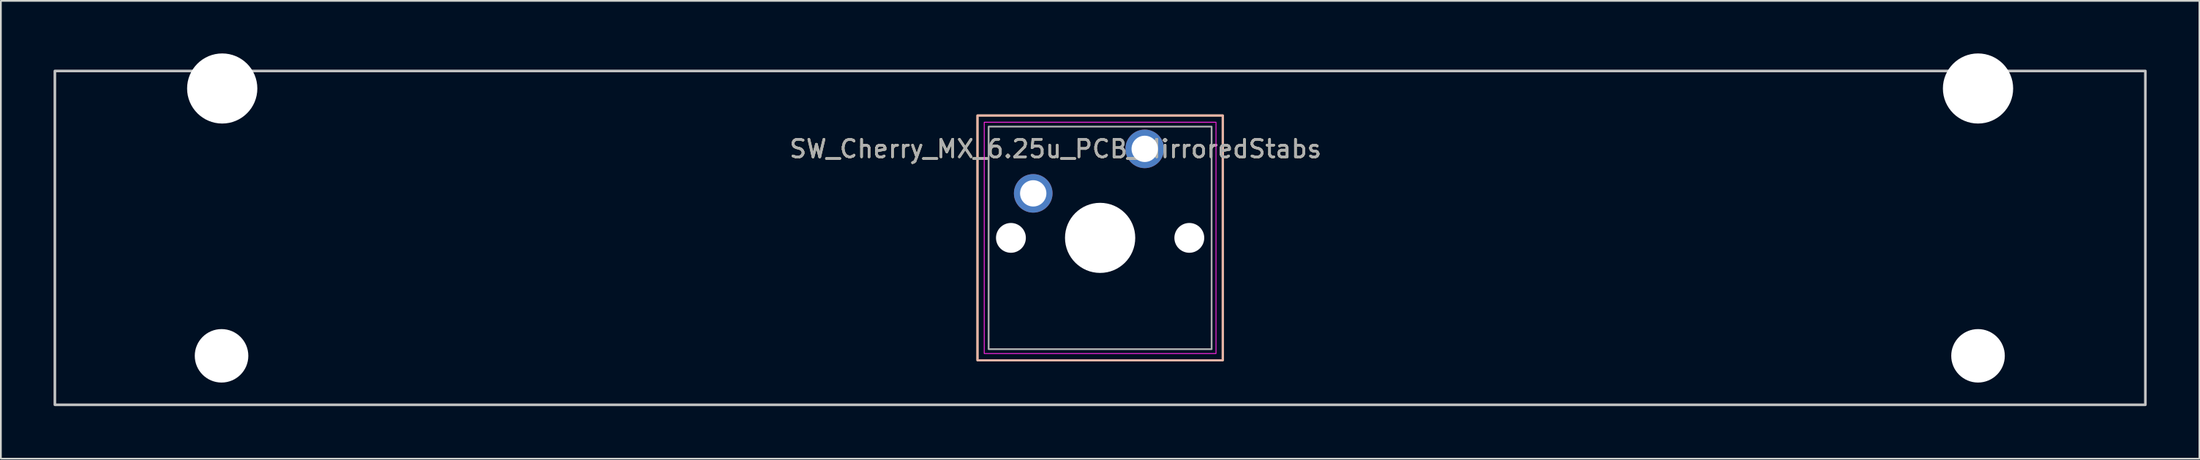
<source format=kicad_pcb>
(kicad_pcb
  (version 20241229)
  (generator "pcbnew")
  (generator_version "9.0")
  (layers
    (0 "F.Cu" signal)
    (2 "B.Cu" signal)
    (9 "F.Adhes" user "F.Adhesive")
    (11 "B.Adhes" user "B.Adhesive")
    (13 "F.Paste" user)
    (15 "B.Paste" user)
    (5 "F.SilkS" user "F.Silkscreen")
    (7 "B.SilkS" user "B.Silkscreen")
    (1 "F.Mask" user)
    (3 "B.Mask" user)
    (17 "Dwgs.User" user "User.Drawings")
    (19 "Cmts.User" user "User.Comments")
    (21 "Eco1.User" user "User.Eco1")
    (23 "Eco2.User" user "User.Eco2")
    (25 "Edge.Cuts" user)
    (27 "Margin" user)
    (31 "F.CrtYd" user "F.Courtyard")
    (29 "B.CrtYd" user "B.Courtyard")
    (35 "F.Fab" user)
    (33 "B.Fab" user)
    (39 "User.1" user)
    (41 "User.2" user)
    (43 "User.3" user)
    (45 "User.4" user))
  (footprint "SW_Cherry_MX_6.25u_PCB_MirroredStabs"
    (layer "F.Cu")
    (at 62.146 5.445)
    (property "Reference" "SW_Cherry_MX_6.25u_PCB_MirroredStabs" (at -5.08 0 0) (layer "F.SilkS") (effects (font (size 1 1) (thickness 0.15))))
    (attr through_hole)
    (fp_rect (start -9.525 -1.905) (end 4.445 12.065) (stroke (width 0.12) (type solid)) (fill no) (layer "F.SilkS"))
    (fp_rect (start -9.525 -1.905) (end 4.445 12.065) (stroke (width 0.12) (type solid)) (fill no) (layer "B.SilkS"))
    (fp_rect (start -62.071 -4.445) (end 56.991 14.605) (stroke (width 0.15) (type solid)) (fill no) (layer "Dwgs.User"))
    (fp_rect (start -9.14 -1.52) (end 4.06 11.68) (stroke (width 0.05) (type solid)) (fill no) (layer "F.CrtYd"))
    (fp_rect (start -8.89 -1.27) (end 3.81 11.43) (stroke (width 0.1) (type solid)) (fill no) (layer "F.Fab"))
    (fp_poly (pts (xy 50.83 -0.452) (xy 50.83 2.779) (xy 51.654 2.779) (xy 51.654 5.578) (xy 50.83 5.578) (xy 50.83 11.849) (xy 49.105 11.849) (xy 49.105 12.83) (xy 45.804 12.83) (xy 45.804 11.849) (xy 44.079 11.849) (xy 44.079 7.38) (xy 4.456 7.38) (xy 4.456 12.079) (xy -9.545 12.079) (xy -9.545 7.38) (xy -49.168 7.38) (xy -49.168 11.849) (xy -50.893 11.849) (xy -50.893 12.83) (xy -54.194 12.83) (xy -54.194 11.849) (xy -55.919 11.849) (xy -55.919 5.578) (xy -56.743 5.578) (xy -56.743 2.779) (xy -55.919 2.779) (xy -55.919 -0.452) (xy -54.194 -0.452) (xy -54.194 -1.37) (xy -50.893 -1.37) (xy -50.893 -0.452) (xy -49.168 -0.452) (xy -49.168 2.779) (xy -9.545 2.779) (xy -9.545 -1.92) (xy 4.456 -1.92) (xy 4.456 2.779) (xy 44.079 2.779) (xy 44.079 -0.452) (xy 45.804 -0.452) (xy 45.804 -1.37) (xy 49.105 -1.37) (xy 49.105 -0.452)) (stroke (width 0.051) (type solid)) (fill no) (layer "User.1"))
    (fp_text user "${REFERENCE}" (at -5.08 0 0) (layer "F.Fab") (effects (font (size 1 1) (thickness 0.15))))
    (pad "" np_thru_hole circle (at -52.578 11.811) (size 3.05 3.05) (drill 3.05) (layers "*.Cu" "*.Mask"))
    (pad "" np_thru_hole circle (at -52.54 -3.445) (size 4 4) (drill 4) (layers "*.Cu" "*.Mask"))
    (pad "" np_thru_hole circle (at -7.62 5.08) (size 1.7 1.7) (drill 1.7) (layers "*.Cu" "*.Mask"))
    (pad "" np_thru_hole circle (at -2.54 5.08) (size 4 4) (drill 4) (layers "*.Cu" "*.Mask"))
    (pad "" np_thru_hole circle (at 2.54 5.08) (size 1.7 1.7) (drill 1.7) (layers "*.Cu" "*.Mask"))
    (pad "" np_thru_hole circle (at 47.46 -3.445) (size 4 4) (drill 4) (layers "*.Cu" "*.Mask"))
    (pad "" np_thru_hole circle (at 47.46 11.811) (size 3.05 3.05) (drill 3.05) (layers "*.Cu" "*.Mask"))
    (pad "1" thru_hole circle (at 0 0) (size 2.2 2.2) (drill 1.5) (layers "*.Cu" "*.Mask"))
    (pad "2" thru_hole circle (at -6.35 2.54) (size 2.2 2.2) (drill 1.5) (layers "*.Cu" "*.Mask")))
  (gr_rect
    (start -3 -3)
    (end 122.213 23.125)
    (stroke (width 0.1) (type default))
    (fill no)
    (layer "Edge.Cuts")))
</source>
